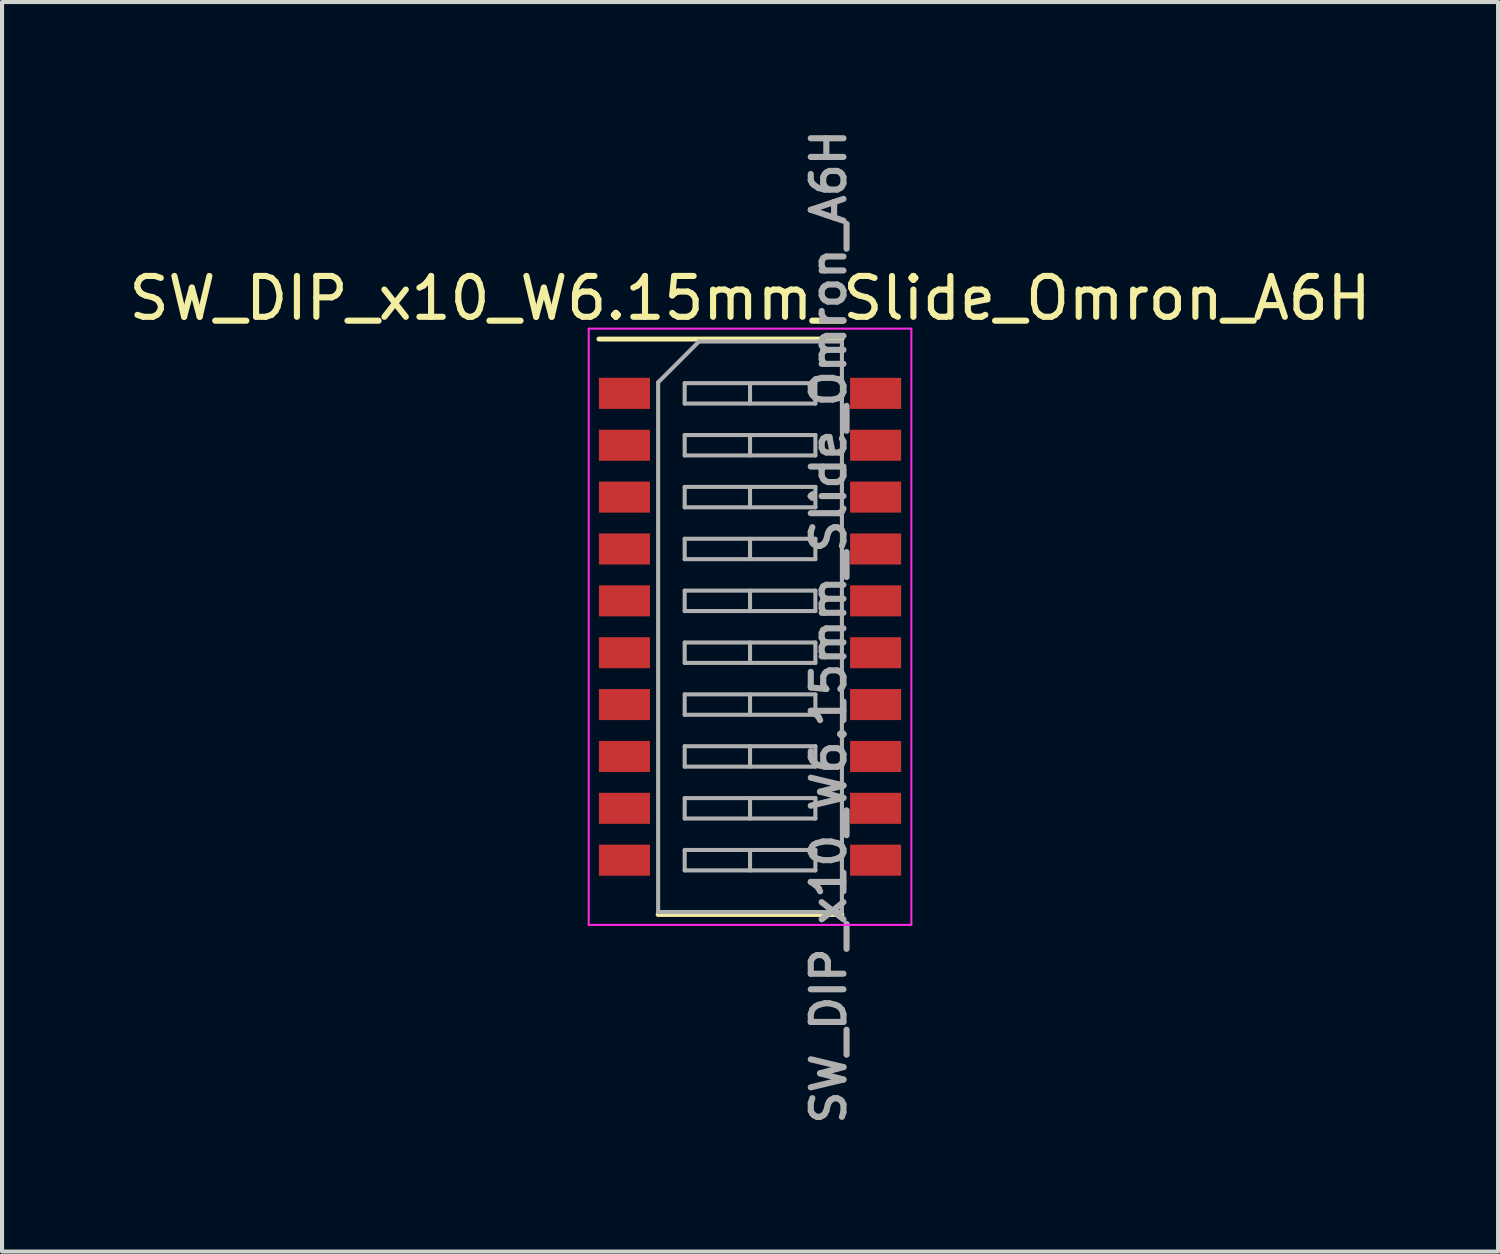
<source format=kicad_pcb>
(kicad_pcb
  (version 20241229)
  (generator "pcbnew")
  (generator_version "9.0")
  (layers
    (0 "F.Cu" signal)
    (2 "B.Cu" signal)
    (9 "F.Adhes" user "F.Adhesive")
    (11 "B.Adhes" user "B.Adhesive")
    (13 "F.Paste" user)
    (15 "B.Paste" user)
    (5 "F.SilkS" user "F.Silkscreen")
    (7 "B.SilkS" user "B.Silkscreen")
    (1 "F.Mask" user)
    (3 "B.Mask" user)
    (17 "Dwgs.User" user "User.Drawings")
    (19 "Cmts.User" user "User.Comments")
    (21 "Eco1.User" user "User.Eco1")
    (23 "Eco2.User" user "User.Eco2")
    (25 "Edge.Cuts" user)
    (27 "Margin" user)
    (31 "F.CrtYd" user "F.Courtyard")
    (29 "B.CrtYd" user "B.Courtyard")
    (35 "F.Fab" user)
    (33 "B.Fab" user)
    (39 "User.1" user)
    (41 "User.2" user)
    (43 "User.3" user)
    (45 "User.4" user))
  (footprint "SW_DIP_x10_W6.15mm_Slide_Omron_A6H"
    (layer "F.Cu")
    (at 15.315 12.297)
    (property "Reference" "SW_DIP_x10_W6.15mm_Slide_Omron_A6H" (at 0 -8.045 0) (layer "F.SilkS") (effects (font (size 1 1) (thickness 0.15))))
    (attr smd)
    (fp_line (start -3.7 -7.045) (end 2.25 -7.045) (stroke (width 0.12) (type solid)) (layer "F.SilkS"))
    (fp_line (start -2.25 7.045) (end 2.25 7.045) (stroke (width 0.12) (type solid)) (layer "F.SilkS"))
    (fp_line (start -3.95 -7.3) (end -3.95 7.3) (stroke (width 0.05) (type solid)) (layer "F.CrtYd"))
    (fp_line (start -3.95 7.3) (end 3.95 7.3) (stroke (width 0.05) (type solid)) (layer "F.CrtYd"))
    (fp_line (start 3.95 -7.3) (end -3.95 -7.3) (stroke (width 0.05) (type solid)) (layer "F.CrtYd"))
    (fp_line (start 3.95 7.3) (end 3.95 -7.3) (stroke (width 0.05) (type solid)) (layer "F.CrtYd"))
    (fp_line (start -2.25 -5.985) (end -1.25 -6.985) (stroke (width 0.1) (type solid)) (layer "F.Fab"))
    (fp_line (start -2.25 6.985) (end -2.25 -5.985) (stroke (width 0.1) (type solid)) (layer "F.Fab"))
    (fp_line (start -1.6 -5.965) (end -1.6 -5.465) (stroke (width 0.1) (type solid)) (layer "F.Fab"))
    (fp_line (start -1.6 -5.465) (end 1.6 -5.465) (stroke (width 0.1) (type solid)) (layer "F.Fab"))
    (fp_line (start -1.6 -4.695) (end -1.6 -4.195) (stroke (width 0.1) (type solid)) (layer "F.Fab"))
    (fp_line (start -1.6 -4.195) (end 1.6 -4.195) (stroke (width 0.1) (type solid)) (layer "F.Fab"))
    (fp_line (start -1.6 -3.425) (end -1.6 -2.925) (stroke (width 0.1) (type solid)) (layer "F.Fab"))
    (fp_line (start -1.6 -2.925) (end 1.6 -2.925) (stroke (width 0.1) (type solid)) (layer "F.Fab"))
    (fp_line (start -1.6 -2.155) (end -1.6 -1.655) (stroke (width 0.1) (type solid)) (layer "F.Fab"))
    (fp_line (start -1.6 -1.655) (end 1.6 -1.655) (stroke (width 0.1) (type solid)) (layer "F.Fab"))
    (fp_line (start -1.6 -0.885) (end -1.6 -0.385) (stroke (width 0.1) (type solid)) (layer "F.Fab"))
    (fp_line (start -1.6 -0.385) (end 1.6 -0.385) (stroke (width 0.1) (type solid)) (layer "F.Fab"))
    (fp_line (start -1.6 0.385) (end -1.6 0.885) (stroke (width 0.1) (type solid)) (layer "F.Fab"))
    (fp_line (start -1.6 0.885) (end 1.6 0.885) (stroke (width 0.1) (type solid)) (layer "F.Fab"))
    (fp_line (start -1.6 1.655) (end -1.6 2.155) (stroke (width 0.1) (type solid)) (layer "F.Fab"))
    (fp_line (start -1.6 2.155) (end 1.6 2.155) (stroke (width 0.1) (type solid)) (layer "F.Fab"))
    (fp_line (start -1.6 2.925) (end -1.6 3.425) (stroke (width 0.1) (type solid)) (layer "F.Fab"))
    (fp_line (start -1.6 3.425) (end 1.6 3.425) (stroke (width 0.1) (type solid)) (layer "F.Fab"))
    (fp_line (start -1.6 4.195) (end -1.6 4.695) (stroke (width 0.1) (type solid)) (layer "F.Fab"))
    (fp_line (start -1.6 4.695) (end 1.6 4.695) (stroke (width 0.1) (type solid)) (layer "F.Fab"))
    (fp_line (start -1.6 5.465) (end -1.6 5.965) (stroke (width 0.1) (type solid)) (layer "F.Fab"))
    (fp_line (start -1.6 5.965) (end 1.6 5.965) (stroke (width 0.1) (type solid)) (layer "F.Fab"))
    (fp_line (start -1.25 -6.985) (end 2.25 -6.985) (stroke (width 0.1) (type solid)) (layer "F.Fab"))
    (fp_line (start 0 -5.965) (end 0 -5.465) (stroke (width 0.1) (type solid)) (layer "F.Fab"))
    (fp_line (start 0 -4.695) (end 0 -4.195) (stroke (width 0.1) (type solid)) (layer "F.Fab"))
    (fp_line (start 0 -3.425) (end 0 -2.925) (stroke (width 0.1) (type solid)) (layer "F.Fab"))
    (fp_line (start 0 -2.155) (end 0 -1.655) (stroke (width 0.1) (type solid)) (layer "F.Fab"))
    (fp_line (start 0 -0.885) (end 0 -0.385) (stroke (width 0.1) (type solid)) (layer "F.Fab"))
    (fp_line (start 0 0.385) (end 0 0.885) (stroke (width 0.1) (type solid)) (layer "F.Fab"))
    (fp_line (start 0 1.655) (end 0 2.155) (stroke (width 0.1) (type solid)) (layer "F.Fab"))
    (fp_line (start 0 2.925) (end 0 3.425) (stroke (width 0.1) (type solid)) (layer "F.Fab"))
    (fp_line (start 0 4.195) (end 0 4.695) (stroke (width 0.1) (type solid)) (layer "F.Fab"))
    (fp_line (start 0 5.465) (end 0 5.965) (stroke (width 0.1) (type solid)) (layer "F.Fab"))
    (fp_line (start 1.6 -5.965) (end -1.6 -5.965) (stroke (width 0.1) (type solid)) (layer "F.Fab"))
    (fp_line (start 1.6 -5.465) (end 1.6 -5.965) (stroke (width 0.1) (type solid)) (layer "F.Fab"))
    (fp_line (start 1.6 -4.695) (end -1.6 -4.695) (stroke (width 0.1) (type solid)) (layer "F.Fab"))
    (fp_line (start 1.6 -4.195) (end 1.6 -4.695) (stroke (width 0.1) (type solid)) (layer "F.Fab"))
    (fp_line (start 1.6 -3.425) (end -1.6 -3.425) (stroke (width 0.1) (type solid)) (layer "F.Fab"))
    (fp_line (start 1.6 -2.925) (end 1.6 -3.425) (stroke (width 0.1) (type solid)) (layer "F.Fab"))
    (fp_line (start 1.6 -2.155) (end -1.6 -2.155) (stroke (width 0.1) (type solid)) (layer "F.Fab"))
    (fp_line (start 1.6 -1.655) (end 1.6 -2.155) (stroke (width 0.1) (type solid)) (layer "F.Fab"))
    (fp_line (start 1.6 -0.885) (end -1.6 -0.885) (stroke (width 0.1) (type solid)) (layer "F.Fab"))
    (fp_line (start 1.6 -0.385) (end 1.6 -0.885) (stroke (width 0.1) (type solid)) (layer "F.Fab"))
    (fp_line (start 1.6 0.385) (end -1.6 0.385) (stroke (width 0.1) (type solid)) (layer "F.Fab"))
    (fp_line (start 1.6 0.885) (end 1.6 0.385) (stroke (width 0.1) (type solid)) (layer "F.Fab"))
    (fp_line (start 1.6 1.655) (end -1.6 1.655) (stroke (width 0.1) (type solid)) (layer "F.Fab"))
    (fp_line (start 1.6 2.155) (end 1.6 1.655) (stroke (width 0.1) (type solid)) (layer "F.Fab"))
    (fp_line (start 1.6 2.925) (end -1.6 2.925) (stroke (width 0.1) (type solid)) (layer "F.Fab"))
    (fp_line (start 1.6 3.425) (end 1.6 2.925) (stroke (width 0.1) (type solid)) (layer "F.Fab"))
    (fp_line (start 1.6 4.195) (end -1.6 4.195) (stroke (width 0.1) (type solid)) (layer "F.Fab"))
    (fp_line (start 1.6 4.695) (end 1.6 4.195) (stroke (width 0.1) (type solid)) (layer "F.Fab"))
    (fp_line (start 1.6 5.465) (end -1.6 5.465) (stroke (width 0.1) (type solid)) (layer "F.Fab"))
    (fp_line (start 1.6 5.965) (end 1.6 5.465) (stroke (width 0.1) (type solid)) (layer "F.Fab"))
    (fp_line (start 2.25 -6.985) (end 2.25 6.985) (stroke (width 0.1) (type solid)) (layer "F.Fab"))
    (fp_line (start 2.25 6.985) (end -2.25 6.985) (stroke (width 0.1) (type solid)) (layer "F.Fab"))
    (fp_text user "${REFERENCE}" (at 1.925 0 90) (layer "F.Fab") (effects (font (size 0.8 0.8) (thickness 0.15))))
    (pad "1" smd rect (at -3.075 -5.715) (size 1.25 0.76) (layers "F.Cu" "F.Mask" "F.Paste"))
    (pad "2" smd rect (at -3.075 -4.445) (size 1.25 0.76) (layers "F.Cu" "F.Mask" "F.Paste"))
    (pad "3" smd rect (at -3.075 -3.175) (size 1.25 0.76) (layers "F.Cu" "F.Mask" "F.Paste"))
    (pad "4" smd rect (at -3.075 -1.905) (size 1.25 0.76) (layers "F.Cu" "F.Mask" "F.Paste"))
    (pad "5" smd rect (at -3.075 -0.635) (size 1.25 0.76) (layers "F.Cu" "F.Mask" "F.Paste"))
    (pad "6" smd rect (at -3.075 0.635) (size 1.25 0.76) (layers "F.Cu" "F.Mask" "F.Paste"))
    (pad "7" smd rect (at -3.075 1.905) (size 1.25 0.76) (layers "F.Cu" "F.Mask" "F.Paste"))
    (pad "8" smd rect (at -3.075 3.175) (size 1.25 0.76) (layers "F.Cu" "F.Mask" "F.Paste"))
    (pad "9" smd rect (at -3.075 4.445) (size 1.25 0.76) (layers "F.Cu" "F.Mask" "F.Paste"))
    (pad "10" smd rect (at -3.075 5.715) (size 1.25 0.76) (layers "F.Cu" "F.Mask" "F.Paste"))
    (pad "11" smd rect (at 3.075 5.715) (size 1.25 0.76) (layers "F.Cu" "F.Mask" "F.Paste"))
    (pad "12" smd rect (at 3.075 4.445) (size 1.25 0.76) (layers "F.Cu" "F.Mask" "F.Paste"))
    (pad "13" smd rect (at 3.075 3.175) (size 1.25 0.76) (layers "F.Cu" "F.Mask" "F.Paste"))
    (pad "14" smd rect (at 3.075 1.905) (size 1.25 0.76) (layers "F.Cu" "F.Mask" "F.Paste"))
    (pad "15" smd rect (at 3.075 0.635) (size 1.25 0.76) (layers "F.Cu" "F.Mask" "F.Paste"))
    (pad "16" smd rect (at 3.075 -0.635) (size 1.25 0.76) (layers "F.Cu" "F.Mask" "F.Paste"))
    (pad "17" smd rect (at 3.075 -1.905) (size 1.25 0.76) (layers "F.Cu" "F.Mask" "F.Paste"))
    (pad "18" smd rect (at 3.075 -3.175) (size 1.25 0.76) (layers "F.Cu" "F.Mask" "F.Paste"))
    (pad "19" smd rect (at 3.075 -4.445) (size 1.25 0.76) (layers "F.Cu" "F.Mask" "F.Paste"))
    (pad "20" smd rect (at 3.075 -5.715) (size 1.25 0.76) (layers "F.Cu" "F.Mask" "F.Paste")))
  (gr_rect
    (start -3 -3)
    (end 33.631 27.595)
    (stroke (width 0.1) (type default))
    (fill no)
    (layer "Edge.Cuts")))
</source>
